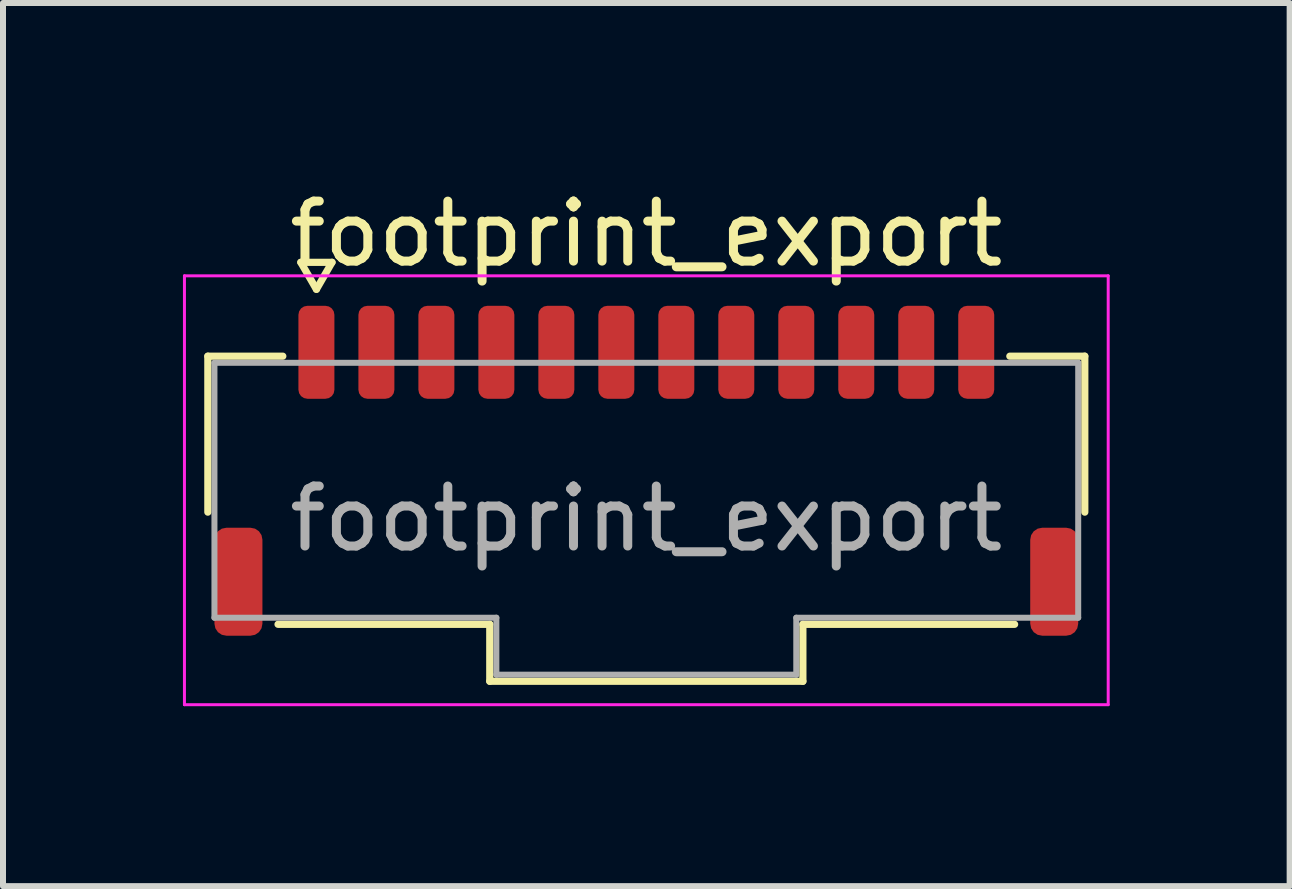
<source format=kicad_pcb>
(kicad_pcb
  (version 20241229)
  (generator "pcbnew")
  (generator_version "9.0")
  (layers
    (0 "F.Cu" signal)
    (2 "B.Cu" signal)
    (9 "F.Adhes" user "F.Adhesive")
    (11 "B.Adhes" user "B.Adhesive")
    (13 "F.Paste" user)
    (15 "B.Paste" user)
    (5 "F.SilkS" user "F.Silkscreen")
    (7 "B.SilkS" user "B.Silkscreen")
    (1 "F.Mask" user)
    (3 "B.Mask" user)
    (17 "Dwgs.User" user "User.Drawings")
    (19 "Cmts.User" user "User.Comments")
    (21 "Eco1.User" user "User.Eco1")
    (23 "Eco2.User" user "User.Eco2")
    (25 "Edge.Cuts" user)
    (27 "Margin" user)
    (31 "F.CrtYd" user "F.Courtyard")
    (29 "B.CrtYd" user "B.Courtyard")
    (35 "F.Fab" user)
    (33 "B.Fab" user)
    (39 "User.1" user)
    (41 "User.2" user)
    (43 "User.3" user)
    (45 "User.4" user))
  (footprint "footprint_export"
    (layer "F.Cu")
    (at 7.725 5.598)
    (property "Reference" "footprint_export" (at 0 -4.75 0) (layer "F.SilkS") (effects (font (size 1 1) (thickness 0.15))))
    (attr smd)
    (fp_line (start -7.31 -2.71) (end -6.06 -2.71) (stroke (width 0.12) (type solid)) (layer "F.SilkS"))
    (fp_line (start -7.31 -0.11) (end -7.31 -2.71) (stroke (width 0.12) (type solid)) (layer "F.SilkS"))
    (fp_line (start -5.76 -4.275) (end -5.5 -3.825) (stroke (width 0.12) (type solid)) (layer "F.SilkS"))
    (fp_line (start -5.5 -3.825) (end -5.24 -4.275) (stroke (width 0.12) (type solid)) (layer "F.SilkS"))
    (fp_line (start -5.24 -4.275) (end -5.76 -4.275) (stroke (width 0.12) (type solid)) (layer "F.SilkS"))
    (fp_line (start -2.61 1.76) (end -6.14 1.76) (stroke (width 0.12) (type solid)) (layer "F.SilkS"))
    (fp_line (start -2.61 2.71) (end -2.61 1.76) (stroke (width 0.12) (type solid)) (layer "F.SilkS"))
    (fp_line (start 2.61 1.76) (end 2.61 2.71) (stroke (width 0.12) (type solid)) (layer "F.SilkS"))
    (fp_line (start 2.61 2.71) (end -2.61 2.71) (stroke (width 0.12) (type solid)) (layer "F.SilkS"))
    (fp_line (start 6.06 -2.71) (end 7.31 -2.71) (stroke (width 0.12) (type solid)) (layer "F.SilkS"))
    (fp_line (start 6.14 1.76) (end 2.61 1.76) (stroke (width 0.12) (type solid)) (layer "F.SilkS"))
    (fp_line (start 7.31 -2.71) (end 7.31 -0.11) (stroke (width 0.12) (type solid)) (layer "F.SilkS"))
    (fp_line (start -7.7 -4.05) (end -7.7 3.1) (stroke (width 0.05) (type solid)) (layer "F.CrtYd"))
    (fp_line (start -7.7 3.1) (end 7.7 3.1) (stroke (width 0.05) (type solid)) (layer "F.CrtYd"))
    (fp_line (start 7.7 -4.05) (end -7.7 -4.05) (stroke (width 0.05) (type solid)) (layer "F.CrtYd"))
    (fp_line (start 7.7 3.1) (end 7.7 -4.05) (stroke (width 0.05) (type solid)) (layer "F.CrtYd"))
    (fp_line (start -7.2 -2.6) (end 7.2 -2.6) (stroke (width 0.1) (type solid)) (layer "F.Fab"))
    (fp_line (start -7.2 1.65) (end -7.2 -2.6) (stroke (width 0.1) (type solid)) (layer "F.Fab"))
    (fp_line (start -2.5 1.65) (end -7.2 1.65) (stroke (width 0.1) (type solid)) (layer "F.Fab"))
    (fp_line (start -2.5 2.6) (end -2.5 1.65) (stroke (width 0.1) (type solid)) (layer "F.Fab"))
    (fp_line (start 2.5 1.65) (end 2.5 2.6) (stroke (width 0.1) (type solid)) (layer "F.Fab"))
    (fp_line (start 2.5 2.6) (end -2.5 2.6) (stroke (width 0.1) (type solid)) (layer "F.Fab"))
    (fp_line (start 7.2 -2.6) (end 7.2 1.65) (stroke (width 0.1) (type solid)) (layer "F.Fab"))
    (fp_line (start 7.2 1.65) (end 2.5 1.65) (stroke (width 0.1) (type solid)) (layer "F.Fab"))
    (fp_text user "${REFERENCE}" (at 0 0 0) (layer "F.Fab") (effects (font (size 1 1) (thickness 0.15))))
    (pad "1" smd roundrect (at -5.5 -2.775) (size 0.6 1.55) (layers "F.Cu" "F.Mask" "F.Paste") (roundrect_rratio 0.25))
    (pad "2" smd roundrect (at -4.5 -2.775) (size 0.6 1.55) (layers "F.Cu" "F.Mask" "F.Paste") (roundrect_rratio 0.25))
    (pad "3" smd roundrect (at -3.5 -2.775) (size 0.6 1.55) (layers "F.Cu" "F.Mask" "F.Paste") (roundrect_rratio 0.25))
    (pad "4" smd roundrect (at -2.5 -2.775) (size 0.6 1.55) (layers "F.Cu" "F.Mask" "F.Paste") (roundrect_rratio 0.25))
    (pad "5" smd roundrect (at -1.5 -2.775) (size 0.6 1.55) (layers "F.Cu" "F.Mask" "F.Paste") (roundrect_rratio 0.25))
    (pad "6" smd roundrect (at -0.5 -2.775) (size 0.6 1.55) (layers "F.Cu" "F.Mask" "F.Paste") (roundrect_rratio 0.25))
    (pad "7" smd roundrect (at 0.5 -2.775) (size 0.6 1.55) (layers "F.Cu" "F.Mask" "F.Paste") (roundrect_rratio 0.25))
    (pad "8" smd roundrect (at 1.5 -2.775) (size 0.6 1.55) (layers "F.Cu" "F.Mask" "F.Paste") (roundrect_rratio 0.25))
    (pad "9" smd roundrect (at 2.5 -2.775) (size 0.6 1.55) (layers "F.Cu" "F.Mask" "F.Paste") (roundrect_rratio 0.25))
    (pad "10" smd roundrect (at 3.5 -2.775) (size 0.6 1.55) (layers "F.Cu" "F.Mask" "F.Paste") (roundrect_rratio 0.25))
    (pad "11" smd roundrect (at 4.5 -2.775) (size 0.6 1.55) (layers "F.Cu" "F.Mask" "F.Paste") (roundrect_rratio 0.25))
    (pad "12" smd roundrect (at 5.5 -2.775) (size 0.6 1.55) (layers "F.Cu" "F.Mask" "F.Paste") (roundrect_rratio 0.25))
    (pad "MP" smd roundrect (at -6.8 1.05) (size 0.8 1.8) (layers "F.Cu" "F.Mask" "F.Paste") (roundrect_rratio 0.25))
    (pad "MP" smd roundrect (at 6.8 1.05) (size 0.8 1.8) (layers "F.Cu" "F.Mask" "F.Paste") (roundrect_rratio 0.25)))
  (gr_rect
    (start -3 -3)
    (end 18.45 11.723)
    (stroke (width 0.1) (type default))
    (fill no)
    (layer "Edge.Cuts")))
</source>
